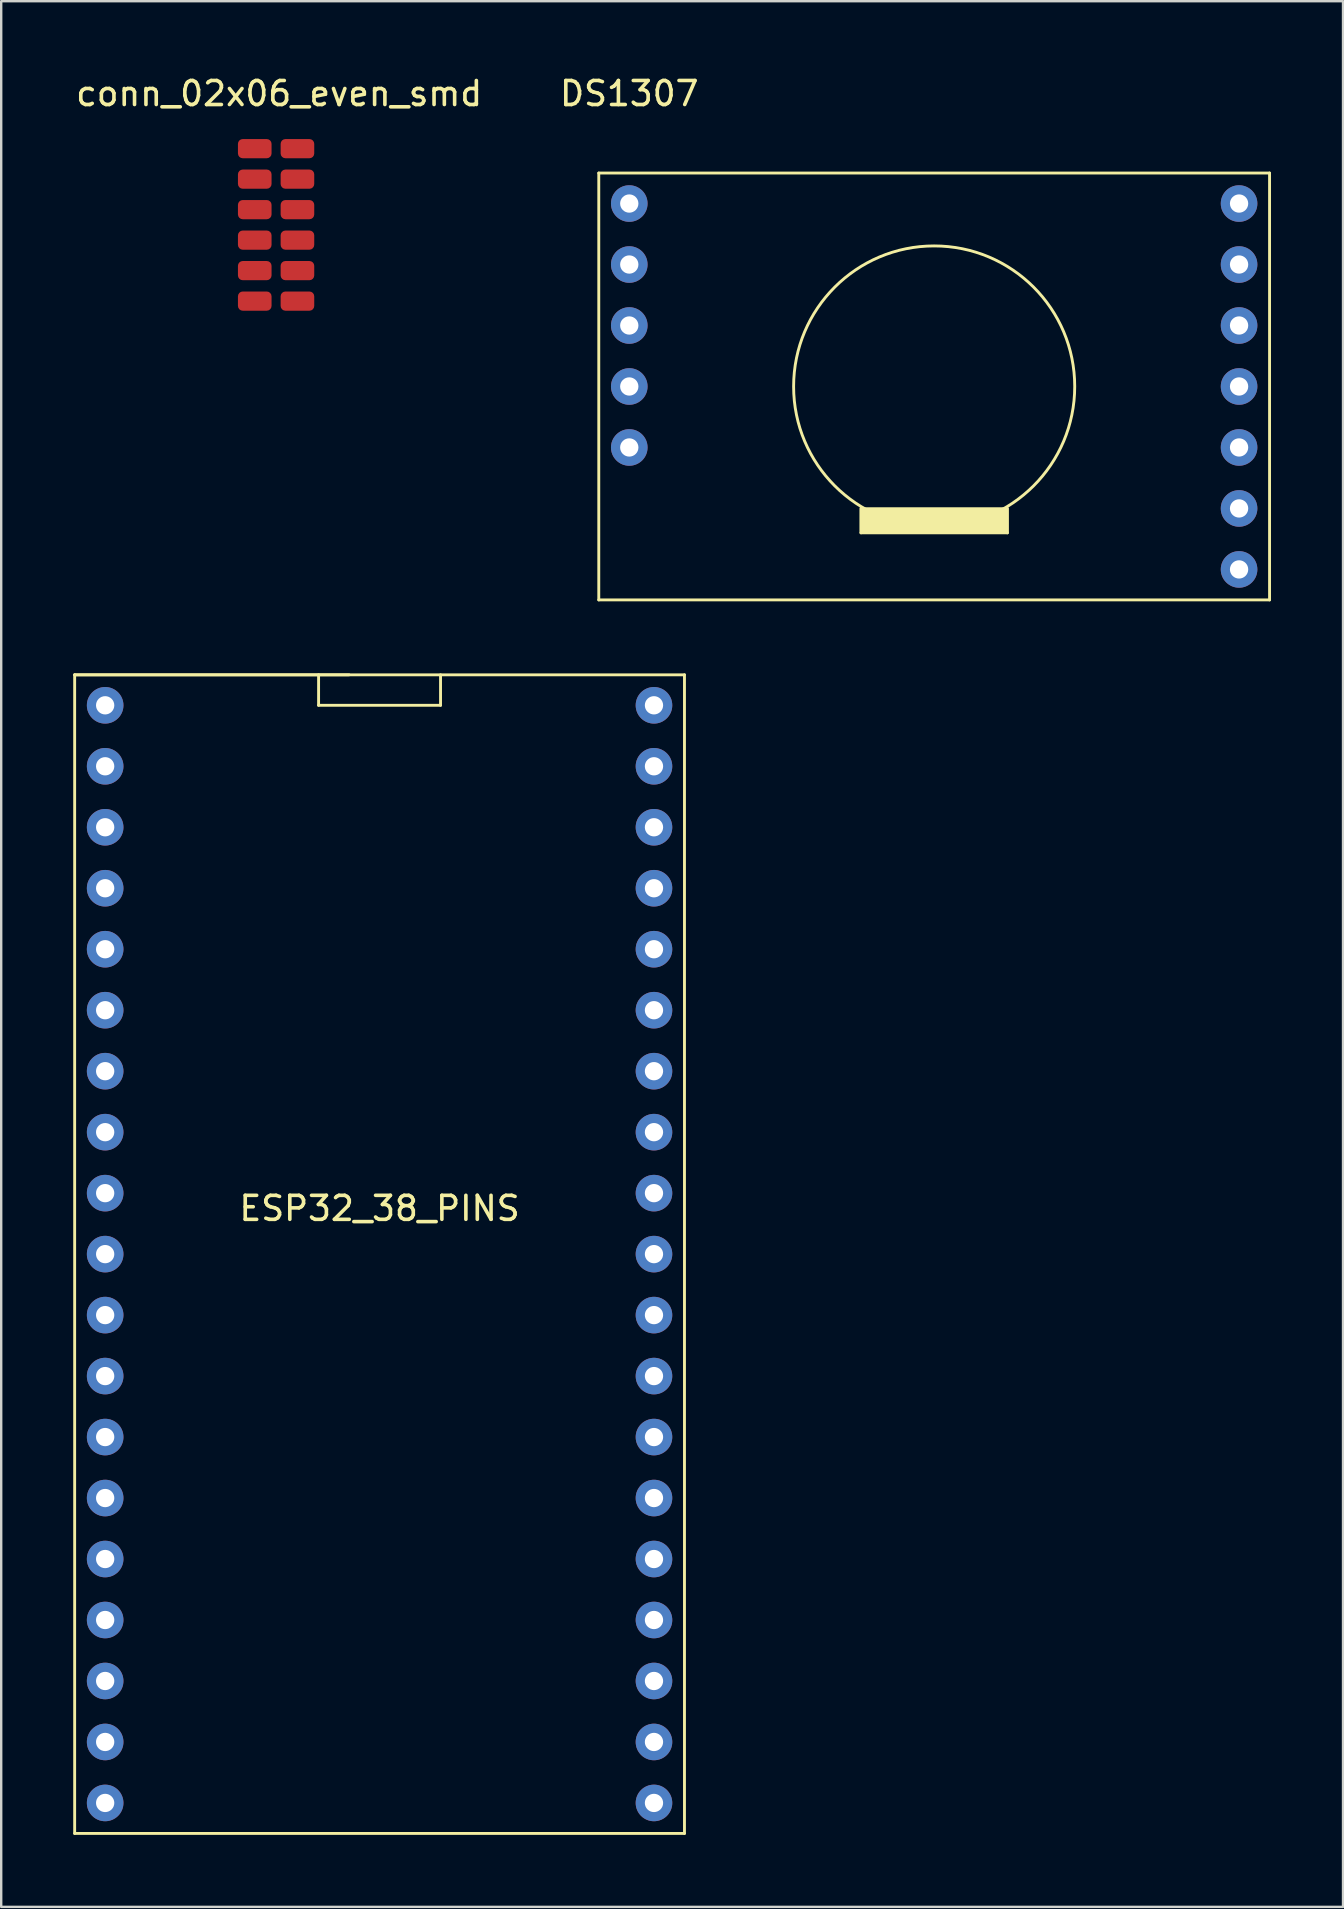
<source format=kicad_pcb>
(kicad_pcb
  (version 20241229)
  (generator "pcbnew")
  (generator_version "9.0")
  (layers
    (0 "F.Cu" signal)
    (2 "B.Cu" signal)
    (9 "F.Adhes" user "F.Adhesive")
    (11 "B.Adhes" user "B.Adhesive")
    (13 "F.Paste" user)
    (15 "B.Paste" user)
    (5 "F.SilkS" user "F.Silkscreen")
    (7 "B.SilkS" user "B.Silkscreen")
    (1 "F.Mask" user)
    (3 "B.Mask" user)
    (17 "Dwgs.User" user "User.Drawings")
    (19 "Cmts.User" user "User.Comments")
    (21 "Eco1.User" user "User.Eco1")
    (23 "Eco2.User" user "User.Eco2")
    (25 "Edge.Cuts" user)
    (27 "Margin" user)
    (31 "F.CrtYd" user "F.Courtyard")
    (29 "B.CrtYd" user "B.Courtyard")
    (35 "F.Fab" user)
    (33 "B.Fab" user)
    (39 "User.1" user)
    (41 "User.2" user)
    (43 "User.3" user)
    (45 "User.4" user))
  (footprint "DS1307"
    (layer "F.Cu")
    (at 23.161 0.348)
    (property "Reference" "DS1307" (at 0 0.5 0) (layer "F.SilkS") (effects (font (size 1 1) (thickness 0.15))))
    (attr through_hole)
    (fp_line (start -1.27 3.81) (end 26.67 3.81) (stroke (width 0.12) (type solid)) (layer "F.SilkS"))
    (fp_line (start -1.27 21.59) (end -1.27 3.81) (stroke (width 0.12) (type solid)) (layer "F.SilkS"))
    (fp_line (start 9.652 17.78) (end 9.652 18.796) (stroke (width 0.12) (type solid)) (layer "F.SilkS"))
    (fp_line (start 9.652 18.796) (end 15.748 18.796) (stroke (width 0.12) (type solid)) (layer "F.SilkS"))
    (fp_line (start 15.748 18.796) (end 15.748 17.78) (stroke (width 0.12) (type solid)) (layer "F.SilkS"))
    (fp_line (start 26.67 3.81) (end 26.67 21.59) (stroke (width 0.12) (type solid)) (layer "F.SilkS"))
    (fp_line (start 26.67 21.59) (end -1.27 21.59) (stroke (width 0.12) (type solid)) (layer "F.SilkS"))
    (fp_circle (center 12.7 12.7) (end 17.145 16.51) (stroke (width 0.12) (type solid)) (fill no) (layer "F.SilkS"))
    (fp_poly (pts (xy 9.652 17.78) (xy 9.652 18.796) (xy 15.748 18.796) (xy 15.748 17.78)) (stroke (width 0.1) (type solid)) (fill yes) (layer "F.SilkS"))
    (pad "" thru_hole circle (at 0 15.24) (size 1.524 1.524) (drill 0.762) (layers "*.Cu" "*.Mask"))
    (pad "" thru_hole circle (at 25.4 5.08) (size 1.524 1.524) (drill 0.762) (layers "*.Cu" "*.Mask"))
    (pad "" thru_hole circle (at 25.4 17.78) (size 1.524 1.524) (drill 0.762) (layers "*.Cu" "*.Mask"))
    (pad "" thru_hole circle (at 25.4 20.32) (size 1.524 1.524) (drill 0.762) (layers "*.Cu" "*.Mask"))
    (pad "1" thru_hole circle (at 0 5.08) (size 1.524 1.524) (drill 0.762) (layers "*.Cu" "*.Mask"))
    (pad "1" thru_hole circle (at 25.4 7.62) (size 1.524 1.524) (drill 0.762) (layers "*.Cu" "*.Mask"))
    (pad "2" thru_hole circle (at 0 7.62) (size 1.524 1.524) (drill 0.762) (layers "*.Cu" "*.Mask"))
    (pad "2" thru_hole circle (at 25.4 10.16) (size 1.524 1.524) (drill 0.762) (layers "*.Cu" "*.Mask"))
    (pad "3" thru_hole circle (at 0 10.16) (size 1.524 1.524) (drill 0.762) (layers "*.Cu" "*.Mask"))
    (pad "3" thru_hole circle (at 25.4 12.7) (size 1.524 1.524) (drill 0.762) (layers "*.Cu" "*.Mask"))
    (pad "4" thru_hole circle (at 0 12.7) (size 1.524 1.524) (drill 0.762) (layers "*.Cu" "*.Mask"))
    (pad "4" thru_hole circle (at 25.4 15.24) (size 1.524 1.524) (drill 0.762) (layers "*.Cu" "*.Mask")))
  (footprint "conn_02x06_even_smd"
    (layer "F.Cu")
    (at 8.577 0.348)
    (property "Reference" "conn_02x06_even_smd" (at 0 0.5 0) (layer "F.SilkS") (effects (font (size 1 1) (thickness 0.15))))
    (attr through_hole)
    (pad "1" smd roundrect (at -1.016 2.794) (size 1.4 0.8) (layers "F.Cu" "F.Mask" "F.Paste") (roundrect_rratio 0.25))
    (pad "2" smd roundrect (at 0.762 2.794) (size 1.4 0.8) (layers "F.Cu" "F.Mask" "F.Paste") (roundrect_rratio 0.25))
    (pad "3" smd roundrect (at -1.016 4.064) (size 1.4 0.8) (layers "F.Cu" "F.Mask" "F.Paste") (roundrect_rratio 0.25))
    (pad "4" smd roundrect (at 0.762 4.064) (size 1.4 0.8) (layers "F.Cu" "F.Mask" "F.Paste") (roundrect_rratio 0.25))
    (pad "5" smd roundrect (at -1.016 5.334) (size 1.4 0.8) (layers "F.Cu" "F.Mask" "F.Paste") (roundrect_rratio 0.25))
    (pad "6" smd roundrect (at 0.762 5.334) (size 1.4 0.8) (layers "F.Cu" "F.Mask" "F.Paste") (roundrect_rratio 0.25))
    (pad "7" smd roundrect (at -1.016 6.604) (size 1.4 0.8) (layers "F.Cu" "F.Mask" "F.Paste") (roundrect_rratio 0.25))
    (pad "8" smd roundrect (at 0.762 6.604) (size 1.4 0.8) (layers "F.Cu" "F.Mask" "F.Paste") (roundrect_rratio 0.25))
    (pad "9" smd roundrect (at -1.016 7.874) (size 1.4 0.8) (layers "F.Cu" "F.Mask" "F.Paste") (roundrect_rratio 0.25))
    (pad "10" smd roundrect (at 0.762 7.874) (size 1.4 0.8) (layers "F.Cu" "F.Mask" "F.Paste") (roundrect_rratio 0.25))
    (pad "11" smd roundrect (at -1.016 9.144) (size 1.4 0.8) (layers "F.Cu" "F.Mask" "F.Paste") (roundrect_rratio 0.25))
    (pad "12" smd roundrect (at 0.762 9.144) (size 1.4 0.8) (layers "F.Cu" "F.Mask" "F.Paste") (roundrect_rratio 0.25)))
  (footprint "ESP32_38_PINS"
    (layer "F.Cu")
    (at 24.19 26.328)
    (property "Reference" "ESP32_38_PINS" (at -11.43 20.955 0) (layer "F.SilkS") (effects (font (size 1 1) (thickness 0.15))))
    (attr through_hole)
    (fp_line (start -24.13 -1.27) (end -12.7 -1.27) (stroke (width 0.12) (type solid)) (layer "F.SilkS"))
    (fp_line (start -24.13 -1.27) (end 1.27 -1.27) (stroke (width 0.12) (type solid)) (layer "F.SilkS"))
    (fp_line (start -24.13 46.99) (end -24.13 -1.27) (stroke (width 0.12) (type solid)) (layer "F.SilkS"))
    (fp_line (start -13.97 -1.27) (end -13.97 0) (stroke (width 0.12) (type solid)) (layer "F.SilkS"))
    (fp_line (start -13.97 0) (end -8.89 0) (stroke (width 0.12) (type solid)) (layer "F.SilkS"))
    (fp_line (start -8.89 0) (end -8.89 -1.27) (stroke (width 0.12) (type solid)) (layer "F.SilkS"))
    (fp_line (start 1.27 -1.27) (end 1.27 46.99) (stroke (width 0.12) (type solid)) (layer "F.SilkS"))
    (fp_line (start 1.27 46.99) (end -24.13 46.99) (stroke (width 0.12) (type solid)) (layer "F.SilkS"))
    (pad "1" thru_hole circle (at 0 0) (size 1.524 1.524) (drill 0.762) (layers "*.Cu" "*.Mask"))
    (pad "2" thru_hole circle (at 0 2.54) (size 1.524 1.524) (drill 0.762) (layers "*.Cu" "*.Mask"))
    (pad "3" thru_hole circle (at 0 5.08) (size 1.524 1.524) (drill 0.762) (layers "*.Cu" "*.Mask"))
    (pad "4" thru_hole circle (at 0 7.62) (size 1.524 1.524) (drill 0.762) (layers "*.Cu" "*.Mask"))
    (pad "5" thru_hole circle (at 0 10.16) (size 1.524 1.524) (drill 0.762) (layers "*.Cu" "*.Mask"))
    (pad "6" thru_hole circle (at 0 12.7) (size 1.524 1.524) (drill 0.762) (layers "*.Cu" "*.Mask"))
    (pad "7" thru_hole circle (at 0 15.24) (size 1.524 1.524) (drill 0.762) (layers "*.Cu" "*.Mask"))
    (pad "8" thru_hole circle (at 0 17.78) (size 1.524 1.524) (drill 0.762) (layers "*.Cu" "*.Mask"))
    (pad "9" thru_hole circle (at 0 20.32) (size 1.524 1.524) (drill 0.762) (layers "*.Cu" "*.Mask"))
    (pad "10" thru_hole circle (at 0 22.86) (size 1.524 1.524) (drill 0.762) (layers "*.Cu" "*.Mask"))
    (pad "11" thru_hole circle (at 0 25.4) (size 1.524 1.524) (drill 0.762) (layers "*.Cu" "*.Mask"))
    (pad "12" thru_hole circle (at 0 27.94) (size 1.524 1.524) (drill 0.762) (layers "*.Cu" "*.Mask"))
    (pad "13" thru_hole circle (at 0 30.48) (size 1.524 1.524) (drill 0.762) (layers "*.Cu" "*.Mask"))
    (pad "14" thru_hole circle (at 0 33.02) (size 1.524 1.524) (drill 0.762) (layers "*.Cu" "*.Mask"))
    (pad "15" thru_hole circle (at 0 35.56) (size 1.524 1.524) (drill 0.762) (layers "*.Cu" "*.Mask"))
    (pad "16" thru_hole circle (at 0 38.1) (size 1.524 1.524) (drill 0.762) (layers "*.Cu" "*.Mask"))
    (pad "17" thru_hole circle (at 0 40.64) (size 1.524 1.524) (drill 0.762) (layers "*.Cu" "*.Mask"))
    (pad "18" thru_hole circle (at 0 43.18) (size 1.524 1.524) (drill 0.762) (layers "*.Cu" "*.Mask"))
    (pad "19" thru_hole circle (at 0 45.72) (size 1.524 1.524) (drill 0.762) (layers "*.Cu" "*.Mask"))
    (pad "20" thru_hole circle (at -22.86 45.72) (size 1.524 1.524) (drill 0.762) (layers "*.Cu" "*.Mask"))
    (pad "21" thru_hole circle (at -22.86 43.18) (size 1.524 1.524) (drill 0.762) (layers "*.Cu" "*.Mask"))
    (pad "22" thru_hole circle (at -22.86 40.64) (size 1.524 1.524) (drill 0.762) (layers "*.Cu" "*.Mask"))
    (pad "23" thru_hole circle (at -22.86 38.1) (size 1.524 1.524) (drill 0.762) (layers "*.Cu" "*.Mask"))
    (pad "24" thru_hole circle (at -22.86 35.56) (size 1.524 1.524) (drill 0.762) (layers "*.Cu" "*.Mask"))
    (pad "25" thru_hole circle (at -22.86 33.02) (size 1.524 1.524) (drill 0.762) (layers "*.Cu" "*.Mask"))
    (pad "26" thru_hole circle (at -22.86 30.48) (size 1.524 1.524) (drill 0.762) (layers "*.Cu" "*.Mask"))
    (pad "27" thru_hole circle (at -22.86 27.94) (size 1.524 1.524) (drill 0.762) (layers "*.Cu" "*.Mask"))
    (pad "28" thru_hole circle (at -22.86 25.4) (size 1.524 1.524) (drill 0.762) (layers "*.Cu" "*.Mask"))
    (pad "29" thru_hole circle (at -22.86 22.86) (size 1.524 1.524) (drill 0.762) (layers "*.Cu" "*.Mask"))
    (pad "30" thru_hole circle (at -22.86 20.32) (size 1.524 1.524) (drill 0.762) (layers "*.Cu" "*.Mask"))
    (pad "31" thru_hole circle (at -22.86 17.78) (size 1.524 1.524) (drill 0.762) (layers "*.Cu" "*.Mask"))
    (pad "32" thru_hole circle (at -22.86 12.7) (size 1.524 1.524) (drill 0.762) (layers "*.Cu" "*.Mask"))
    (pad "33" thru_hole circle (at -22.86 15.24) (size 1.524 1.524) (drill 0.762) (layers "*.Cu" "*.Mask"))
    (pad "34" thru_hole circle (at -22.86 10.16) (size 1.524 1.524) (drill 0.762) (layers "*.Cu" "*.Mask"))
    (pad "35" thru_hole circle (at -22.86 7.62) (size 1.524 1.524) (drill 0.762) (layers "*.Cu" "*.Mask"))
    (pad "36" thru_hole circle (at -22.86 5.08) (size 1.524 1.524) (drill 0.762) (layers "*.Cu" "*.Mask"))
    (pad "37" thru_hole circle (at -22.86 2.54) (size 1.524 1.524) (drill 0.762) (layers "*.Cu" "*.Mask"))
    (pad "38" thru_hole circle (at -22.86 0) (size 1.524 1.524) (drill 0.762) (layers "*.Cu" "*.Mask")))
  (gr_rect
    (start -3 -3)
    (end 52.891 76.378)
    (stroke (width 0.1) (type default))
    (fill no)
    (layer "Edge.Cuts")))
</source>
